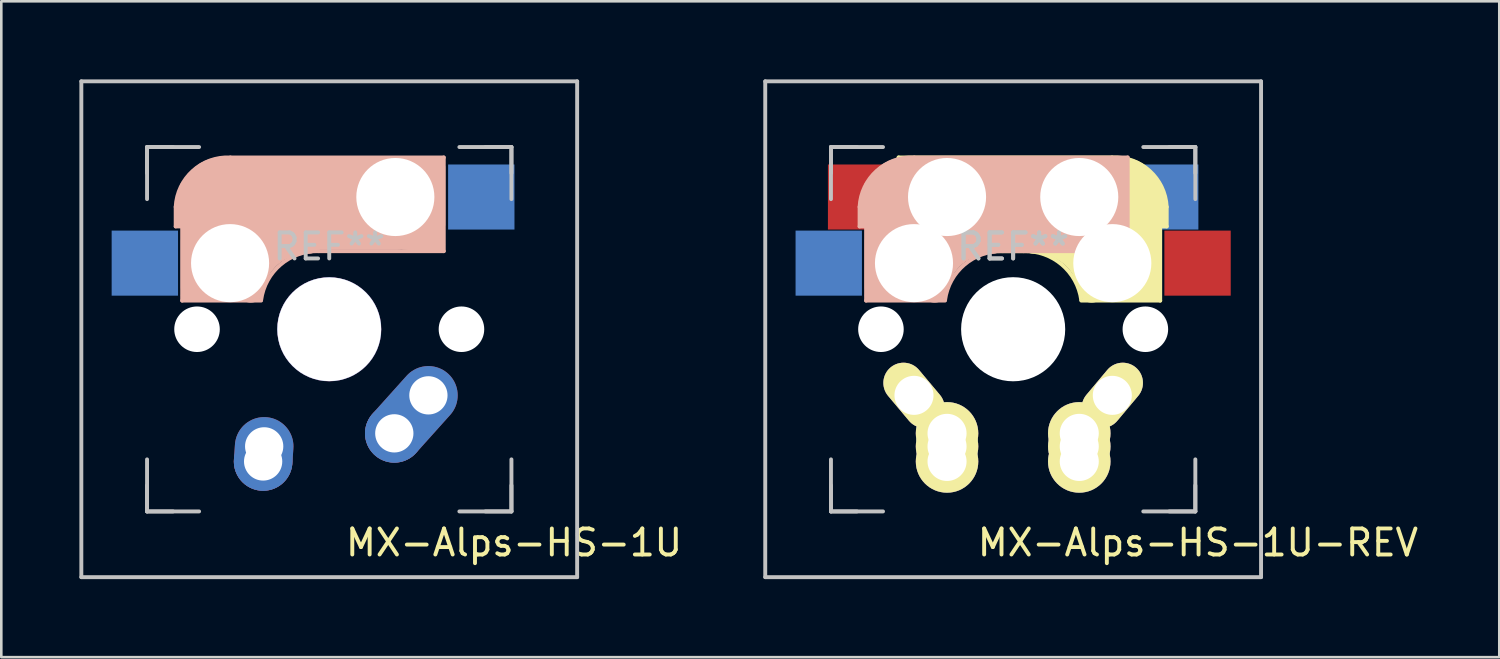
<source format=kicad_pcb>
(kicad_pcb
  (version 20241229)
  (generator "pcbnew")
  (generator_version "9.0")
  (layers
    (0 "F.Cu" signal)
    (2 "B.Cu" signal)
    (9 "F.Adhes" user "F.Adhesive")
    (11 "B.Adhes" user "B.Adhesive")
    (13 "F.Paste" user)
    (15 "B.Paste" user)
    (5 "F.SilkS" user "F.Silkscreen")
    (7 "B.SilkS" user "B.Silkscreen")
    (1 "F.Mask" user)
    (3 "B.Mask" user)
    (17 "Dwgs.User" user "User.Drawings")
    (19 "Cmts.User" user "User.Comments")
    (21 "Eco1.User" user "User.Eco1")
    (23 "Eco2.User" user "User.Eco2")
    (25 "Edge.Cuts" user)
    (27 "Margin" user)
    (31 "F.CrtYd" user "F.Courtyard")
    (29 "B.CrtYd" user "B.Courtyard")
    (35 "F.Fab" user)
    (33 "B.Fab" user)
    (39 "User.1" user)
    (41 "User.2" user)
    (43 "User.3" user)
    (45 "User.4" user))
  (footprint "MX-Alps-HS-1U-REV"
    (layer "F.Cu")
    (at 35.877 9.6)
    (property "Reference" "MX-Alps-HS-1U-REV" (at 7.1 8.2 0) (layer "F.SilkS") (effects (font (size 1 1) (thickness 0.15))))
    (attr through_hole)
    (fp_line (start -4.4 -6.6) (end 3.8 -6.6) (stroke (width 0.15) (type solid)) (layer "F.SilkS"))
    (fp_line (start -4.4 -3) (end -4.4 -6.6) (stroke (width 0.15) (type solid)) (layer "F.SilkS"))
    (fp_line (start -4.38 -4) (end -4.38 -6.25) (stroke (width 0.15) (type solid)) (layer "F.SilkS"))
    (fp_line (start -4.25 -6.4) (end -3 -6.4) (stroke (width 0.4) (type solid)) (layer "F.SilkS"))
    (fp_line (start -4.2 -3.25) (end -2.9 -3.3) (stroke (width 0.5) (type solid)) (layer "F.SilkS"))
    (fp_line (start -3.9 -6) (end -3.9 -3.5) (stroke (width 1) (type solid)) (layer "F.SilkS"))
    (fp_line (start -2.6 -4.8) (end 4.1 -4.8) (stroke (width 3.5) (type solid)) (layer "F.SilkS"))
    (fp_line (start 0.4 -3) (end -4.4 -3) (stroke (width 0.15) (type solid)) (layer "F.SilkS"))
    (fp_line (start 4.17 -5.1) (end 4.17 -2.86) (stroke (width 3) (type solid)) (layer "F.SilkS"))
    (fp_line (start 5.3 -1.6) (end 5.3 -3.4) (stroke (width 0.8) (type solid)) (layer "F.SilkS"))
    (fp_line (start 5.45 -1.3) (end 3 -1.3) (stroke (width 0.5) (type solid)) (layer "F.SilkS"))
    (fp_line (start 5.65 -5.55) (end 5.65 -1.1) (stroke (width 0.15) (type solid)) (layer "F.SilkS"))
    (fp_line (start 5.65 -1.1) (end 2.62 -1.1) (stroke (width 0.15) (type solid)) (layer "F.SilkS"))
    (fp_line (start 5.8 -4.05) (end 5.8 -4.7) (stroke (width 0.3) (type solid)) (layer "F.SilkS"))
    (fp_line (start 5.9 -4.7) (end 5.9 -3.95) (stroke (width 0.15) (type solid)) (layer "F.SilkS"))
    (fp_line (start 5.9 -3.95) (end 5.7 -3.95) (stroke (width 0.15) (type solid)) (layer "F.SilkS"))
    (fp_arc (start 0.4 -3) (mid 1.868709 -2.486118) (end 2.616318 -1.121471) (stroke (width 0.15) (type solid)) (layer "F.SilkS"))
    (fp_arc (start 0.8 -3.4) (mid 2.268709 -2.886118) (end 3.016318 -1.521471) (stroke (width 1) (type solid)) (layer "F.SilkS"))
    (fp_arc (start 3.800001 -6.6) (mid 5.243504 -6.084924) (end 5.9 -4.699999) (stroke (width 0.15) (type solid)) (layer "F.SilkS"))
    (fp_line (start -5.9 -4.7) (end -5.9 -3.95) (stroke (width 0.15) (type solid)) (layer "B.SilkS"))
    (fp_line (start -5.9 -3.95) (end -5.7 -3.95) (stroke (width 0.15) (type solid)) (layer "B.SilkS"))
    (fp_line (start -5.8 -4.05) (end -5.8 -4.7) (stroke (width 0.3) (type solid)) (layer "B.SilkS"))
    (fp_line (start -5.65 -5.55) (end -5.65 -1.1) (stroke (width 0.15) (type solid)) (layer "B.SilkS"))
    (fp_line (start -5.65 -1.1) (end -2.62 -1.1) (stroke (width 0.15) (type solid)) (layer "B.SilkS"))
    (fp_line (start -5.45 -1.3) (end -3 -1.3) (stroke (width 0.5) (type solid)) (layer "B.SilkS"))
    (fp_line (start -5.3 -1.6) (end -5.3 -3.4) (stroke (width 0.8) (type solid)) (layer "B.SilkS"))
    (fp_line (start -4.17 -5.1) (end -4.17 -2.86) (stroke (width 3) (type solid)) (layer "B.SilkS"))
    (fp_line (start -0.4 -3) (end 4.4 -3) (stroke (width 0.15) (type solid)) (layer "B.SilkS"))
    (fp_line (start 2.6 -4.8) (end -4.1 -4.8) (stroke (width 3.5) (type solid)) (layer "B.SilkS"))
    (fp_line (start 3.9 -6) (end 3.9 -3.5) (stroke (width 1) (type solid)) (layer "B.SilkS"))
    (fp_line (start 4.2 -3.25) (end 2.9 -3.3) (stroke (width 0.5) (type solid)) (layer "B.SilkS"))
    (fp_line (start 4.25 -6.4) (end 3 -6.4) (stroke (width 0.4) (type solid)) (layer "B.SilkS"))
    (fp_line (start 4.38 -4) (end 4.38 -6.25) (stroke (width 0.15) (type solid)) (layer "B.SilkS"))
    (fp_line (start 4.4 -6.6) (end -3.8 -6.6) (stroke (width 0.15) (type solid)) (layer "B.SilkS"))
    (fp_line (start 4.4 -3) (end 4.4 -6.6) (stroke (width 0.15) (type solid)) (layer "B.SilkS"))
    (fp_arc (start -5.9 -4.699999) (mid -5.243504 -6.084924) (end -3.800001 -6.6) (stroke (width 0.15) (type solid)) (layer "B.SilkS"))
    (fp_arc (start -3.016318 -1.521471) (mid -2.268709 -2.886118) (end -0.8 -3.4) (stroke (width 1) (type solid)) (layer "B.SilkS"))
    (fp_arc (start -2.616318 -1.121471) (mid -1.868709 -2.486118) (end -0.4 -3) (stroke (width 0.15) (type solid)) (layer "B.SilkS"))
    (fp_line (start -9.525 -9.525) (end 9.525 -9.525) (stroke (width 0.15) (type solid)) (layer "Dwgs.User"))
    (fp_line (start -9.525 9.525) (end -9.525 -9.525) (stroke (width 0.15) (type solid)) (layer "Dwgs.User"))
    (fp_line (start -7 -7) (end -7 -5) (stroke (width 0.15) (type solid)) (layer "Dwgs.User"))
    (fp_line (start -7 -7) (end -6 -7) (stroke (width 0.15) (type solid)) (layer "Dwgs.User"))
    (fp_line (start -7 -6) (end -7 -7) (stroke (width 0.15) (type solid)) (layer "Dwgs.User"))
    (fp_line (start -7 6) (end -7 7) (stroke (width 0.15) (type solid)) (layer "Dwgs.User"))
    (fp_line (start -7 7) (end -7 5) (stroke (width 0.15) (type solid)) (layer "Dwgs.User"))
    (fp_line (start -7 7) (end -6 7) (stroke (width 0.15) (type solid)) (layer "Dwgs.User"))
    (fp_line (start -5 -7) (end -7 -7) (stroke (width 0.15) (type solid)) (layer "Dwgs.User"))
    (fp_line (start -5 7) (end -7 7) (stroke (width 0.15) (type solid)) (layer "Dwgs.User"))
    (fp_line (start 5 7) (end 7 7) (stroke (width 0.15) (type solid)) (layer "Dwgs.User"))
    (fp_line (start 6 7) (end 7 7) (stroke (width 0.15) (type solid)) (layer "Dwgs.User"))
    (fp_line (start 7 -7) (end 5 -7) (stroke (width 0.15) (type solid)) (layer "Dwgs.User"))
    (fp_line (start 7 -7) (end 6 -7) (stroke (width 0.15) (type solid)) (layer "Dwgs.User"))
    (fp_line (start 7 -7) (end 7 -6) (stroke (width 0.15) (type solid)) (layer "Dwgs.User"))
    (fp_line (start 7 -5) (end 7 -7) (stroke (width 0.15) (type solid)) (layer "Dwgs.User"))
    (fp_line (start 7 7) (end 7 5) (stroke (width 0.15) (type solid)) (layer "Dwgs.User"))
    (fp_line (start 7 7) (end 7 6) (stroke (width 0.15) (type solid)) (layer "Dwgs.User"))
    (fp_line (start 9.525 -9.525) (end 9.525 9.525) (stroke (width 0.15) (type solid)) (layer "Dwgs.User"))
    (fp_line (start 9.525 9.525) (end -9.525 9.525) (stroke (width 0.15) (type solid)) (layer "Dwgs.User"))
    (fp_text user "REF**" (at 0 -3.175 180) (layer "Dwgs.User") (effects (font (size 1 1) (thickness 0.15))))
    (fp_text user "REF**" (at 0 -3.175 180) (layer "Dwgs.User") (effects (font (size 1 1) (thickness 0.15))))
    (pad "" np_thru_hole circle (at -5.08 0) (size 1.75 1.75) (drill 1.75) (layers "*.Cu" "*.Mask"))
    (pad "" np_thru_hole circle (at -3.81 -2.54) (size 3 3) (drill 3) (layers "*.Cu" "*.Mask"))
    (pad "" np_thru_hole circle (at -2.54 -5.08) (size 3 3) (drill 3) (layers "*.Cu" "*.Mask"))
    (pad "" np_thru_hole circle (at 0 0 90) (size 4 4) (drill 4) (layers "*.Cu" "*.Mask"))
    (pad "" np_thru_hole circle (at 2.54 -5.08) (size 3 3) (drill 3) (layers "*.Cu" "*.Mask"))
    (pad "" np_thru_hole circle (at 3.81 -2.54) (size 3 3) (drill 3) (layers "*.Cu" "*.Mask"))
    (pad "" np_thru_hole circle (at 5.08 0 228.1) (size 1.75 1.75) (drill 1.75) (layers "*.Cu" "*.Mask"))
    (pad "1" smd rect (at -7.085 -2.54 180) (size 2.55 2.5) (layers "B.Cu" "B.Mask" "B.Paste"))
    (pad "1" smd rect (at -5.842 -5.08 180) (size 2.55 2.5) (layers "F.Cu" "F.Mask" "F.Paste"))
    (pad "1" thru_hole oval (at -3.81 2.54 130) (size 2.8 1.55) (drill 1.5) (layers "*.Cu" "*.Mask" "F.SilkS"))
    (pad "1" thru_hole circle (at -2.54 4 180) (size 2.4 2.4) (drill 1.5) (layers "*.Cu" "*.Mask" "F.SilkS"))
    (pad "1" thru_hole circle (at -2.54 4.5 180) (size 2.4 2.4) (drill 1.5) (layers "*.Cu" "*.Mask" "F.SilkS"))
    (pad "1" thru_hole circle (at -2.54 5.08 180) (size 2.4 2.4) (drill 1.5) (layers "*.Cu" "*.Mask" "F.SilkS"))
    (pad "2" thru_hole circle (at 2.54 4 180) (size 2.4 2.4) (drill 1.5) (layers "*.Cu" "*.Mask" "F.SilkS"))
    (pad "2" thru_hole circle (at 2.54 4.5 180) (size 2.4 2.4) (drill 1.5) (layers "*.Cu" "*.Mask" "F.SilkS"))
    (pad "2" thru_hole circle (at 2.54 5.08 180) (size 2.4 2.4) (drill 1.5) (layers "*.Cu" "*.Mask" "F.SilkS"))
    (pad "2" thru_hole oval (at 3.81 2.54 230) (size 2.8 1.55) (drill 1.5) (layers "*.Cu" "*.Mask" "F.SilkS"))
    (pad "2" smd rect (at 5.842 -5.08 180) (size 2.55 2.5) (layers "B.Cu" "B.Mask" "B.Paste"))
    (pad "2" smd rect (at 7.085 -2.54 180) (size 2.55 2.5) (layers "F.Cu" "F.Mask" "F.Paste")))
  (footprint "MX-Alps-HS-1U"
    (layer "F.Cu")
    (at 9.6 9.6)
    (property "Reference" "MX-Alps-HS-1U" (at 7.1 8.2 0) (layer "F.SilkS") (effects (font (size 1 1) (thickness 0.15))))
    (attr through_hole)
    (fp_line (start -5.9 -4.7) (end -5.9 -3.95) (stroke (width 0.15) (type solid)) (layer "B.SilkS"))
    (fp_line (start -5.9 -3.95) (end -5.7 -3.95) (stroke (width 0.15) (type solid)) (layer "B.SilkS"))
    (fp_line (start -5.8 -4.05) (end -5.8 -4.7) (stroke (width 0.3) (type solid)) (layer "B.SilkS"))
    (fp_line (start -5.65 -5.55) (end -5.65 -1.1) (stroke (width 0.15) (type solid)) (layer "B.SilkS"))
    (fp_line (start -5.65 -1.1) (end -2.62 -1.1) (stroke (width 0.15) (type solid)) (layer "B.SilkS"))
    (fp_line (start -5.45 -1.3) (end -3 -1.3) (stroke (width 0.5) (type solid)) (layer "B.SilkS"))
    (fp_line (start -5.3 -1.6) (end -5.3 -3.4) (stroke (width 0.8) (type solid)) (layer "B.SilkS"))
    (fp_line (start -4.17 -5.1) (end -4.17 -2.86) (stroke (width 3) (type solid)) (layer "B.SilkS"))
    (fp_line (start -0.4 -3) (end 4.4 -3) (stroke (width 0.15) (type solid)) (layer "B.SilkS"))
    (fp_line (start 2.6 -4.8) (end -4.1 -4.8) (stroke (width 3.5) (type solid)) (layer "B.SilkS"))
    (fp_line (start 3.9 -6) (end 3.9 -3.5) (stroke (width 1) (type solid)) (layer "B.SilkS"))
    (fp_line (start 4.2 -3.25) (end 2.9 -3.3) (stroke (width 0.5) (type solid)) (layer "B.SilkS"))
    (fp_line (start 4.25 -6.4) (end 3 -6.4) (stroke (width 0.4) (type solid)) (layer "B.SilkS"))
    (fp_line (start 4.38 -4) (end 4.38 -6.25) (stroke (width 0.15) (type solid)) (layer "B.SilkS"))
    (fp_line (start 4.4 -6.6) (end -3.8 -6.6) (stroke (width 0.15) (type solid)) (layer "B.SilkS"))
    (fp_line (start 4.4 -3) (end 4.4 -6.6) (stroke (width 0.15) (type solid)) (layer "B.SilkS"))
    (fp_arc (start -5.9 -4.699999) (mid -5.243504 -6.084924) (end -3.800001 -6.6) (stroke (width 0.15) (type solid)) (layer "B.SilkS"))
    (fp_arc (start -3.016318 -1.521471) (mid -2.268709 -2.886118) (end -0.8 -3.4) (stroke (width 1) (type solid)) (layer "B.SilkS"))
    (fp_arc (start -2.616318 -1.121471) (mid -1.868709 -2.486118) (end -0.4 -3) (stroke (width 0.15) (type solid)) (layer "B.SilkS"))
    (fp_line (start -9.525 -9.525) (end 9.525 -9.525) (stroke (width 0.15) (type solid)) (layer "Dwgs.User"))
    (fp_line (start -9.525 9.525) (end -9.525 -9.525) (stroke (width 0.15) (type solid)) (layer "Dwgs.User"))
    (fp_line (start -7 -7) (end -7 -5) (stroke (width 0.15) (type solid)) (layer "Dwgs.User"))
    (fp_line (start -7 -7) (end -6 -7) (stroke (width 0.15) (type solid)) (layer "Dwgs.User"))
    (fp_line (start -7 -6) (end -7 -7) (stroke (width 0.15) (type solid)) (layer "Dwgs.User"))
    (fp_line (start -7 6) (end -7 7) (stroke (width 0.15) (type solid)) (layer "Dwgs.User"))
    (fp_line (start -7 7) (end -7 5) (stroke (width 0.15) (type solid)) (layer "Dwgs.User"))
    (fp_line (start -7 7) (end -6 7) (stroke (width 0.15) (type solid)) (layer "Dwgs.User"))
    (fp_line (start -5 -7) (end -7 -7) (stroke (width 0.15) (type solid)) (layer "Dwgs.User"))
    (fp_line (start -5 7) (end -7 7) (stroke (width 0.15) (type solid)) (layer "Dwgs.User"))
    (fp_line (start 5 7) (end 7 7) (stroke (width 0.15) (type solid)) (layer "Dwgs.User"))
    (fp_line (start 6 7) (end 7 7) (stroke (width 0.15) (type solid)) (layer "Dwgs.User"))
    (fp_line (start 7 -7) (end 5 -7) (stroke (width 0.15) (type solid)) (layer "Dwgs.User"))
    (fp_line (start 7 -7) (end 6 -7) (stroke (width 0.15) (type solid)) (layer "Dwgs.User"))
    (fp_line (start 7 -7) (end 7 -6) (stroke (width 0.15) (type solid)) (layer "Dwgs.User"))
    (fp_line (start 7 -5) (end 7 -7) (stroke (width 0.15) (type solid)) (layer "Dwgs.User"))
    (fp_line (start 7 7) (end 7 5) (stroke (width 0.15) (type solid)) (layer "Dwgs.User"))
    (fp_line (start 7 7) (end 7 6) (stroke (width 0.15) (type solid)) (layer "Dwgs.User"))
    (fp_line (start 9.525 -9.525) (end 9.525 9.525) (stroke (width 0.15) (type solid)) (layer "Dwgs.User"))
    (fp_line (start 9.525 9.525) (end -9.525 9.525) (stroke (width 0.15) (type solid)) (layer "Dwgs.User"))
    (fp_text user "REF**" (at 0 -3.175 180) (layer "Dwgs.User") (effects (font (size 1 1) (thickness 0.15))))
    (pad "" np_thru_hole circle (at -5.08 0 228.1) (size 1.75 1.75) (drill 1.75) (layers "*.Cu" "*.Mask"))
    (pad "" np_thru_hole circle (at -3.81 -2.54) (size 3 3) (drill 3) (layers "*.Cu" "*.Mask"))
    (pad "" np_thru_hole circle (at 0 0 180) (size 4 4) (drill 3.988) (layers "*.Cu" "*.Mask"))
    (pad "" np_thru_hole circle (at 2.54 -5.08) (size 3 3) (drill 3) (layers "*.Cu" "*.Mask"))
    (pad "" np_thru_hole circle (at 5.08 0 228.1) (size 1.75 1.75) (drill 1.75) (layers "*.Cu" "*.Mask"))
    (pad "1" smd rect (at -7.085 -2.54 180) (size 2.55 2.5) (layers "B.Cu" "B.Mask" "B.Paste"))
    (pad "1" thru_hole circle (at -2.54 5.08 180) (size 2.25 2.25) (drill 1.47) (layers "*.Cu" "B.Mask"))
    (pad "1" thru_hole oval (at -2.5 4.5 266.1) (size 2.831 2.25) (drill 1.47 (offset 0.291 0)) (layers "*.Cu" "B.Mask"))
    (pad "2" thru_hole circle (at 2.5 4 180) (size 2.25 2.25) (drill 1.47) (layers "*.Cu" "B.Mask"))
    (pad "2" thru_hole oval (at 3.81 2.54 228.1) (size 4.212 2.25) (drill 1.47 (offset 0.981 0)) (layers "*.Cu" "B.Mask"))
    (pad "2" smd rect (at 5.842 -5.08 180) (size 2.55 2.5) (layers "B.Cu" "B.Mask" "B.Paste")))
  (gr_rect
    (start -3 -3)
    (end 54.555 22.2)
    (stroke (width 0.1) (type default))
    (fill no)
    (layer "Edge.Cuts")))
</source>
